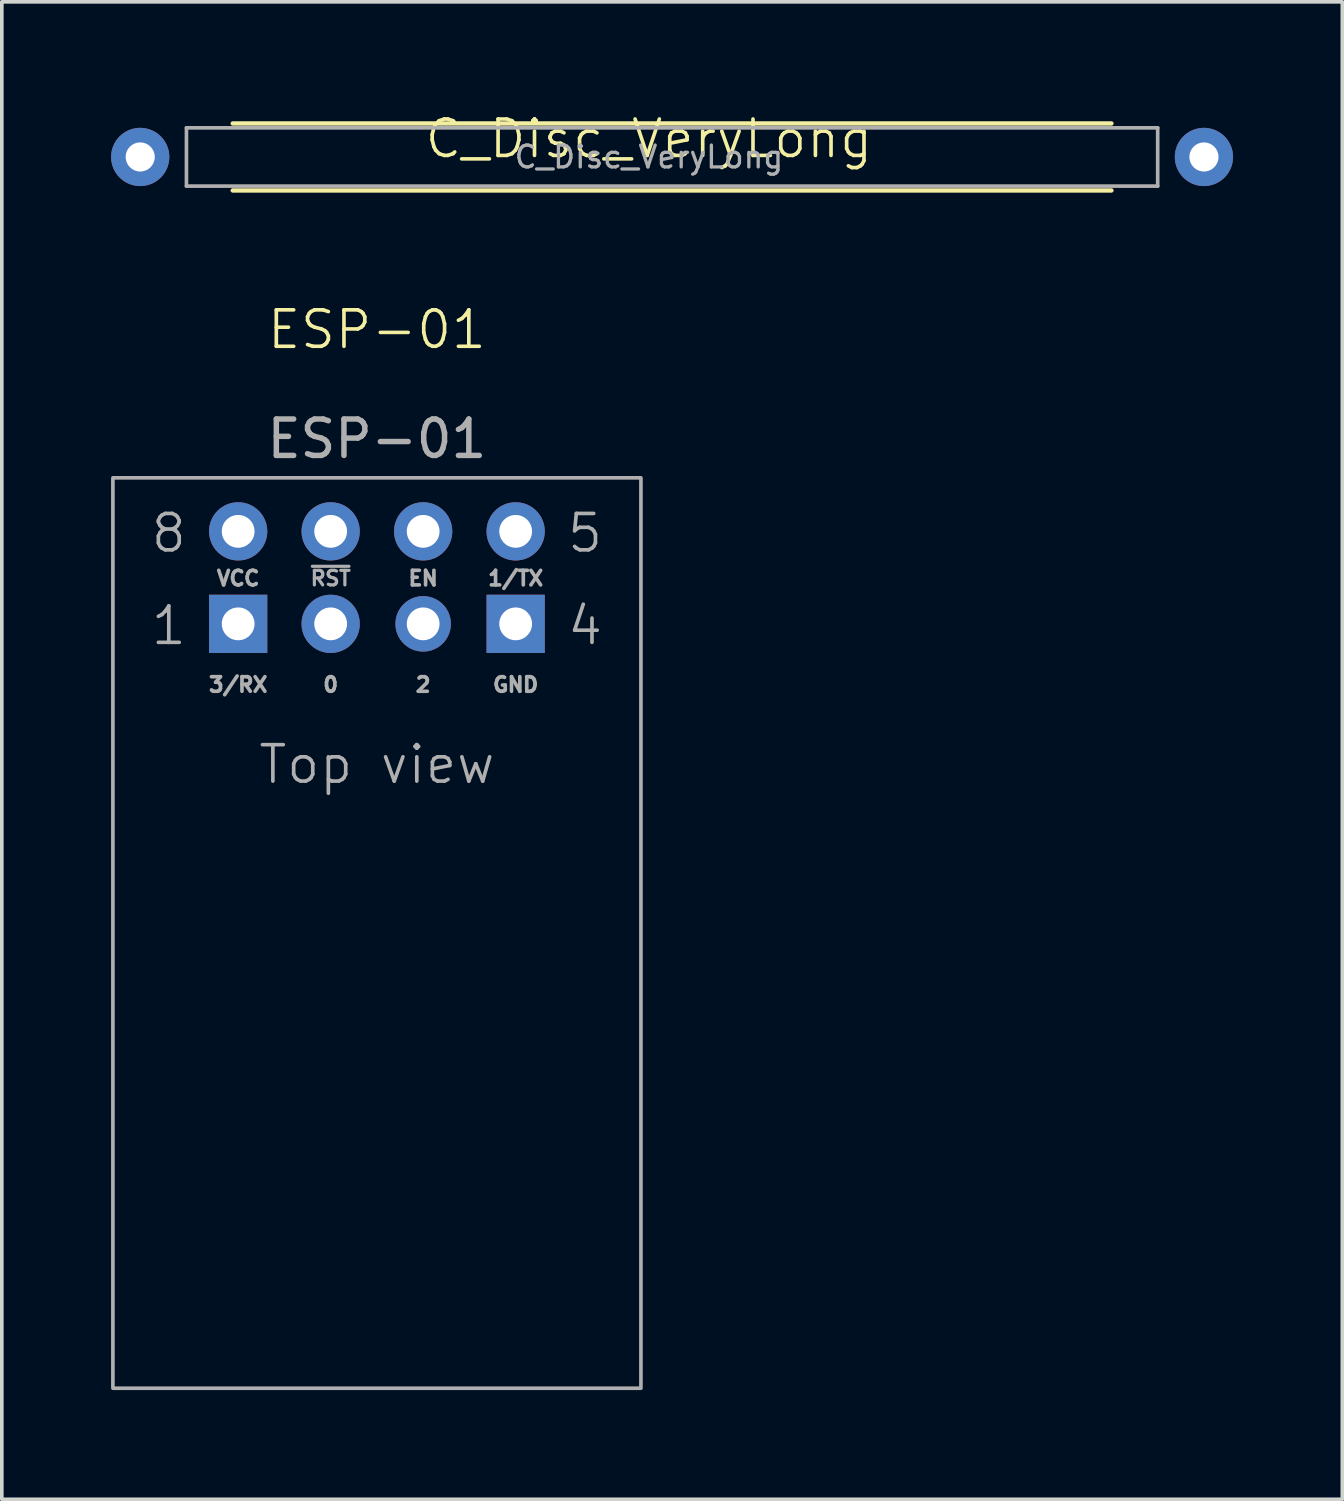
<source format=kicad_pcb>
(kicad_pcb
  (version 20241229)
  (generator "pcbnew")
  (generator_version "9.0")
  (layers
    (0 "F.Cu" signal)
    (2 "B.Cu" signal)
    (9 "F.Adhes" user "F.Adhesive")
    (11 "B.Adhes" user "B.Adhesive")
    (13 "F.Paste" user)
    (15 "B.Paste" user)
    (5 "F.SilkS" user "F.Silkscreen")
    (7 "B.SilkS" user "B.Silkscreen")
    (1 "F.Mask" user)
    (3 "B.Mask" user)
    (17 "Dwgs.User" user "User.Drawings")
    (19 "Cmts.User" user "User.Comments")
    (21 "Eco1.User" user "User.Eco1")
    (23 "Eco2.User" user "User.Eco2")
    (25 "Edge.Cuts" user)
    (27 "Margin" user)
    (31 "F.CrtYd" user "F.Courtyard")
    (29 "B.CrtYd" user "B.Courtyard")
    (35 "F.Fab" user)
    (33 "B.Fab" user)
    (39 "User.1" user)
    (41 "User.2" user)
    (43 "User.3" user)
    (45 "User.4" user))
  (footprint "ESP-01"
    (layer "F.Cu")
    (at 7.3 10.271)
    (property "Reference" "ESP-01" (at 0 -4.27 0) (unlocked yes) (layer "F.SilkS") (effects (font (size 1 1) (thickness 0.1))))
    (attr through_hole)
    (fp_rect (start -7.25 -0.2) (end 7.25 24.8) (stroke (width 0.1) (type default)) (fill no) (layer "F.Fab"))
    (fp_text user "1/TX" (at 3.81 2.794 0) (unlocked yes) (layer "F.Fab") (effects (font (size 0.4 0.4) (thickness 0.1)) (justify bottom)))
    (fp_text user "Top view" (at 0 8.255 0) (unlocked yes) (layer "F.Fab") (effects (font (size 1 1) (thickness 0.1)) (justify bottom)))
    (fp_text user "GND" (at 3.81 5.715 0) (unlocked yes) (layer "F.Fab") (effects (font (size 0.4 0.4) (thickness 0.1)) (justify bottom)))
    (fp_text user "2" (at 1.27 5.715 0) (unlocked yes) (layer "F.Fab") (effects (font (size 0.4 0.4) (thickness 0.1)) (justify bottom)))
    (fp_text user "1" (at -5.715 4.445 0) (unlocked yes) (layer "F.Fab") (effects (font (size 1 1) (thickness 0.1)) (justify bottom)))
    (fp_text user "5" (at 5.715 1.905 0) (unlocked yes) (layer "F.Fab") (effects (font (size 1 1) (thickness 0.1)) (justify bottom)))
    (fp_text user "3/RX" (at -3.81 5.715 0) (unlocked yes) (layer "F.Fab") (effects (font (size 0.4 0.4) (thickness 0.1)) (justify bottom)))
    (fp_text user "8" (at -5.715 1.905 0) (unlocked yes) (layer "F.Fab") (effects (font (size 1 1) (thickness 0.1)) (justify bottom)))
    (fp_text user "~{RST}" (at -1.27 2.794 0) (unlocked yes) (layer "F.Fab") (effects (font (size 0.4 0.4) (thickness 0.087)) (justify bottom)))
    (fp_text user "EN" (at 1.27 2.794 0) (unlocked yes) (layer "F.Fab") (effects (font (size 0.4 0.4) (thickness 0.1)) (justify bottom)))
    (fp_text user "4" (at 5.715 4.445 0) (unlocked yes) (layer "F.Fab") (effects (font (size 1 1) (thickness 0.1)) (justify bottom)))
    (fp_text user "VCC" (at -3.81 2.794 0) (unlocked yes) (layer "F.Fab") (effects (font (size 0.4 0.4) (thickness 0.1)) (justify bottom)))
    (fp_text user "0" (at -1.27 5.715 0) (unlocked yes) (layer "F.Fab") (effects (font (size 0.4 0.4) (thickness 0.1)) (justify bottom)))
    (fp_text user "${REFERENCE}" (at 0 -1.27 0) (unlocked yes) (layer "F.Fab") (effects (font (size 1 1) (thickness 0.15))))
    (pad "1" thru_hole rect (at -3.81 3.81) (size 1.6 1.6) (drill 0.9) (layers "*.Cu" "*.Mask"))
    (pad "2" thru_hole circle (at -1.27 3.81) (size 1.6 1.6) (drill 0.9) (layers "*.Cu" "*.Mask"))
    (pad "3" thru_hole circle (at 1.27 3.81) (size 1.524 1.524) (drill 0.9) (layers "*.Cu" "*.Mask"))
    (pad "4" thru_hole rect (at 3.81 3.81) (size 1.6 1.6) (drill 0.9) (layers "*.Cu" "*.Mask"))
    (pad "5" thru_hole circle (at 3.81 1.27) (size 1.6 1.6) (drill 0.9) (layers "*.Cu" "*.Mask"))
    (pad "6" thru_hole circle (at 1.27 1.27) (size 1.6 1.6) (drill 0.9) (layers "*.Cu" "*.Mask"))
    (pad "7" thru_hole circle (at -1.27 1.27) (size 1.6 1.6) (drill 0.9) (layers "*.Cu" "*.Mask"))
    (pad "8" thru_hole circle (at -3.81 1.27) (size 1.6 1.6) (drill 0.9) (layers "*.Cu" "*.Mask")))
  (footprint "C_Disc_VeryLong"
    (layer "F.Cu")
    (at 7.15 1.26)
    (property "Reference" "C_Disc_VeryLong" (at 7.62 -0.5 0) (unlocked yes) (layer "F.SilkS") (effects (font (size 1 1) (thickness 0.1))))
    (attr through_hole)
    (fp_line (start -3.81 -0.92) (end 20.32 -0.92) (stroke (width 0.12) (type solid)) (layer "F.SilkS"))
    (fp_line (start -3.81 0.92) (end 20.32 0.92) (stroke (width 0.12) (type solid)) (layer "F.SilkS"))
    (fp_line (start -5.08 -0.8) (end -5.08 0.8) (stroke (width 0.1) (type solid)) (layer "F.Fab"))
    (fp_line (start -5.08 0.8) (end 21.59 0.8) (stroke (width 0.1) (type solid)) (layer "F.Fab"))
    (fp_line (start 21.59 -0.8) (end -5.08 -0.8) (stroke (width 0.1) (type solid)) (layer "F.Fab"))
    (fp_line (start 21.59 0.8) (end 21.59 -0.8) (stroke (width 0.1) (type solid)) (layer "F.Fab"))
    (fp_text user "${REFERENCE}" (at 7.62 0 0) (layer "F.Fab") (effects (font (size 0.6 0.6) (thickness 0.09))))
    (pad "1" thru_hole circle (at -6.35 0) (size 1.6 1.6) (drill 0.8) (layers "*.Cu" "*.Mask"))
    (pad "2" thru_hole circle (at 22.86 0) (size 1.6 1.6) (drill 0.8) (layers "*.Cu" "*.Mask")))
  (gr_rect
    (start -3 -3)
    (end 33.81 38.121)
    (stroke (width 0.1) (type default))
    (fill no)
    (layer "Edge.Cuts")))
</source>
